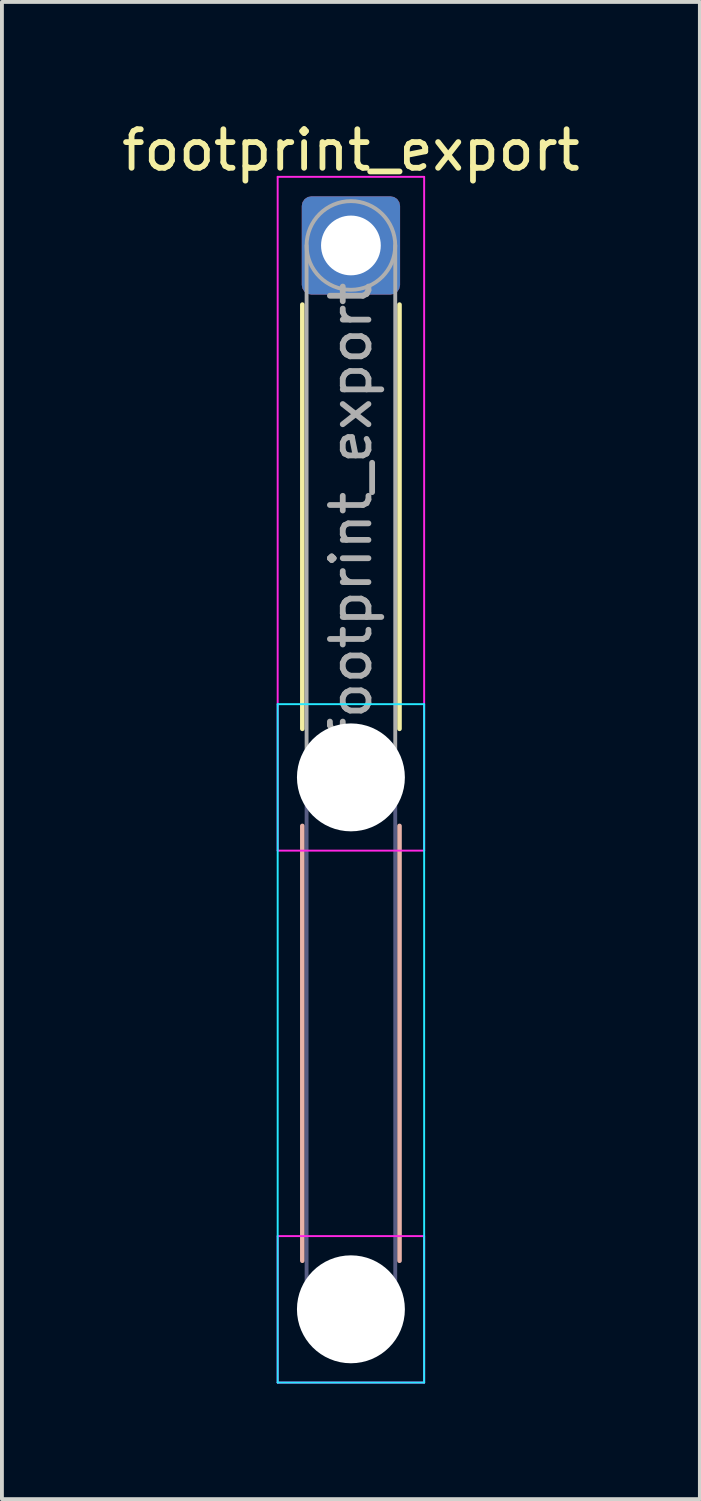
<source format=kicad_pcb>
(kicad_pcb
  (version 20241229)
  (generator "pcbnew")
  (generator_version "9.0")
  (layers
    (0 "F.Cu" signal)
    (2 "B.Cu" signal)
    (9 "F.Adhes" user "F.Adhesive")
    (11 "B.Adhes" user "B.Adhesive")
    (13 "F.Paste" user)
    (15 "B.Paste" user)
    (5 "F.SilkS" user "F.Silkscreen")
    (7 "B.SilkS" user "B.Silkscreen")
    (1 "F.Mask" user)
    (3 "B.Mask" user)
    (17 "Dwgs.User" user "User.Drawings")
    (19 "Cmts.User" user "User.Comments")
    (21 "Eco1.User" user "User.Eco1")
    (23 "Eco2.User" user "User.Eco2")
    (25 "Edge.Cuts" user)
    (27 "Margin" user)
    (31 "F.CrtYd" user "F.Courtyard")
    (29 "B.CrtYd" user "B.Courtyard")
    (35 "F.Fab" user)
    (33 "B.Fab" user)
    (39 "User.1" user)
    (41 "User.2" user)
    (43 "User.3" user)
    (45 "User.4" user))
  (footprint "footprint_export"
    (layer "F.Cu")
    (at 6.054 3.318)
    (property "Reference" "footprint_export" (at 0 -2.47 0) (layer "F.SilkS") (effects (font (size 1 1) (thickness 0.15))))
    (attr exclude_from_pos_files exclude_from_bom)
    (fp_line (start -1.26 1.535) (end -1.26 12.54) (stroke (width 0.12) (type solid)) (layer "F.SilkS"))
    (fp_line (start 1.26 1.535) (end 1.26 12.54) (stroke (width 0.12) (type solid)) (layer "F.SilkS"))
    (fp_line (start -1.26 15.06) (end -1.26 26.34) (stroke (width 0.12) (type solid)) (layer "B.SilkS"))
    (fp_line (start 1.26 15.06) (end 1.26 26.34) (stroke (width 0.12) (type solid)) (layer "B.SilkS"))
    (fp_line (start -1.9 11.9) (end -1.9 29.5) (stroke (width 0.05) (type solid)) (layer "B.CrtYd"))
    (fp_line (start -1.9 29.5) (end 1.9 29.5) (stroke (width 0.05) (type solid)) (layer "B.CrtYd"))
    (fp_line (start 1.9 11.9) (end -1.9 11.9) (stroke (width 0.05) (type solid)) (layer "B.CrtYd"))
    (fp_line (start 1.9 29.5) (end 1.9 11.9) (stroke (width 0.05) (type solid)) (layer "B.CrtYd"))
    (fp_line (start -1.9 -1.78) (end -1.9 15.7) (stroke (width 0.05) (type solid)) (layer "F.CrtYd"))
    (fp_line (start -1.9 15.7) (end 1.9 15.7) (stroke (width 0.05) (type solid)) (layer "F.CrtYd"))
    (fp_line (start -1.9 25.7) (end -1.9 29.5) (stroke (width 0.05) (type solid)) (layer "F.CrtYd"))
    (fp_line (start -1.9 29.5) (end 1.9 29.5) (stroke (width 0.05) (type solid)) (layer "F.CrtYd"))
    (fp_line (start 1.9 -1.78) (end -1.9 -1.78) (stroke (width 0.05) (type solid)) (layer "F.CrtYd"))
    (fp_line (start 1.9 15.7) (end 1.9 -1.78) (stroke (width 0.05) (type solid)) (layer "F.CrtYd"))
    (fp_line (start 1.9 25.7) (end -1.9 25.7) (stroke (width 0.05) (type solid)) (layer "F.CrtYd"))
    (fp_line (start 1.9 29.5) (end 1.9 25.7) (stroke (width 0.05) (type solid)) (layer "F.CrtYd"))
    (fp_line (start -1.15 13.8) (end -1.15 27.6) (stroke (width 0.1) (type solid)) (layer "B.Fab"))
    (fp_line (start 1.15 13.8) (end 1.15 27.6) (stroke (width 0.1) (type solid)) (layer "B.Fab"))
    (fp_circle (center 0 13.8) (end 1.15 13.8) (stroke (width 0.1) (type solid)) (fill no) (layer "B.Fab"))
    (fp_circle (center 0 27.6) (end 1.15 27.6) (stroke (width 0.1) (type solid)) (fill no) (layer "B.Fab"))
    (fp_line (start -1.15 0) (end -1.15 13.8) (stroke (width 0.1) (type solid)) (layer "F.Fab"))
    (fp_line (start 1.15 0) (end 1.15 13.8) (stroke (width 0.1) (type solid)) (layer "F.Fab"))
    (fp_circle (center 0 0) (end 1.15 0) (stroke (width 0.1) (type solid)) (fill no) (layer "F.Fab"))
    (fp_circle (center 0 13.8) (end 1.15 13.8) (stroke (width 0.1) (type solid)) (fill no) (layer "F.Fab"))
    (fp_circle (center 0 27.6) (end 1.15 27.6) (stroke (width 0.1) (type solid)) (fill no) (layer "F.Fab"))
    (fp_text user "${REFERENCE}" (at 0 6.9 90) (layer "F.Fab") (effects (font (size 1 1) (thickness 0.15))))
    (pad "" np_thru_hole circle (at 0 13.8) (size 2.8 2.8) (drill 2.8) (layers "*.Cu" "*.Mask"))
    (pad "" np_thru_hole circle (at 0 27.6) (size 2.8 2.8) (drill 2.8) (layers "*.Cu" "*.Mask"))
    (pad "1" thru_hole roundrect (at 0 0) (size 2.55 2.55) (drill 1.55) (layers "*.Cu" "*.Mask") (roundrect_rratio 0.098)))
  (gr_rect
    (start -3 -3)
    (end 15.107 35.843)
    (stroke (width 0.1) (type default))
    (fill no)
    (layer "Edge.Cuts")))
</source>
